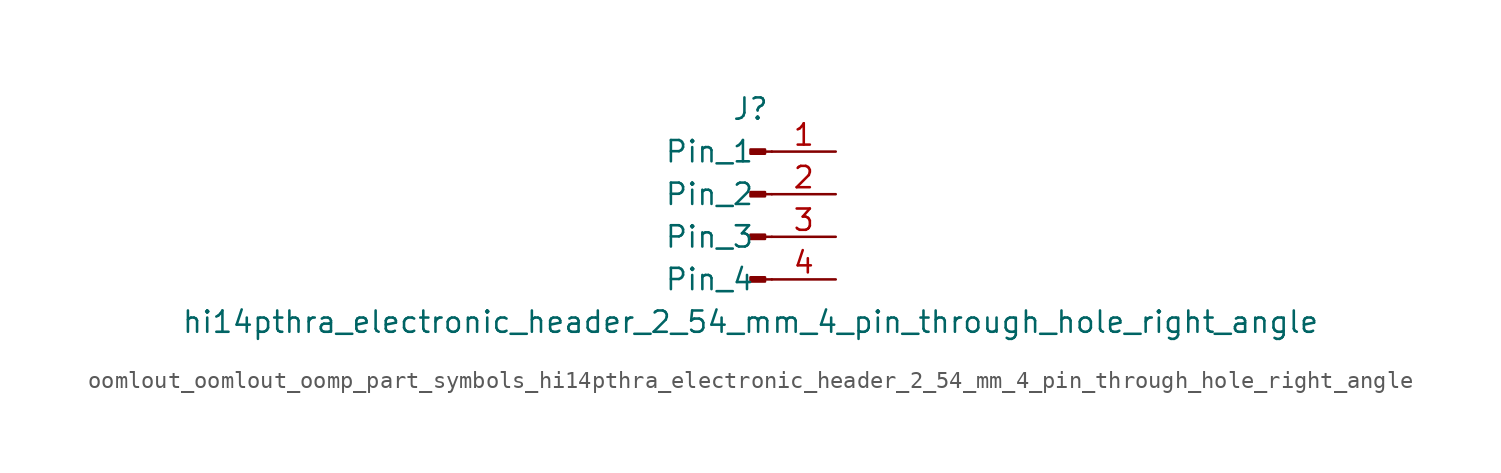
<source format=kicad_sym>
(kicad_symbol_lib
  (version 20220914)
  (generator kicad_symbol_editor)
  (symbol "oomlout_oomlout_oomp_part_symbols_hi14pthra_electronic_header_2_54_mm_4_pin_through_hole_right_angle"
    (pin_names
      (offset 1.016))
    (property "Reference" "J"
      (at 0 5.08 0)
      (effects (font (size 1.27 1.27))))
    (property "Value" "hi14pthra_electronic_header_2_54_mm_4_pin_through_hole_right_angle"
      (at 0 -7.62 0)
      (effects (font (size 1.27 1.27))))
    (property "ki_locked" ""
      (at 0 0 0)
      (effects (font (size 1.27 1.27))))
    (symbol "oomlout_oomlout_oomp_part_symbols_hi14pthra_electronic_header_2_54_mm_4_pin_through_hole_right_angle_1_1"
      (polyline (pts (xy 1.27 -5.08) (xy 0.864 -5.08)) (stroke (width 0.152) (type default)) (fill (type none)))
      (polyline (pts (xy 1.27 -2.54) (xy 0.864 -2.54)) (stroke (width 0.152) (type default)) (fill (type none)))
      (polyline (pts (xy 1.27 0) (xy 0.864 0)) (stroke (width 0.152) (type default)) (fill (type none)))
      (polyline (pts (xy 1.27 2.54) (xy 0.864 2.54)) (stroke (width 0.152) (type default)) (fill (type none)))
      (rectangle (start 0.864 -4.953) (end 0 -5.207) (stroke (width 0.152) (type default)) (fill (type outline)))
      (rectangle (start 0.864 -2.413) (end 0 -2.667) (stroke (width 0.152) (type default)) (fill (type outline)))
      (rectangle (start 0.864 0.127) (end 0 -0.127) (stroke (width 0.152) (type default)) (fill (type outline)))
      (rectangle (start 0.864 2.667) (end 0 2.413) (stroke (width 0.152) (type default)) (fill (type outline)))
      (pin passive line (at 5.08 2.54 180) (length 3.81) (name "Pin_1" (effects (font (size 1.27 1.27)))) (number "1" (effects (font (size 1.27 1.27)))))
      (pin passive line (at 5.08 0 180) (length 3.81) (name "Pin_2" (effects (font (size 1.27 1.27)))) (number "2" (effects (font (size 1.27 1.27)))))
      (pin passive line (at 5.08 -2.54 180) (length 3.81) (name "Pin_3" (effects (font (size 1.27 1.27)))) (number "3" (effects (font (size 1.27 1.27)))))
      (pin passive line (at 5.08 -5.08 180) (length 3.81) (name "Pin_4" (effects (font (size 1.27 1.27)))) (number "4" (effects (font (size 1.27 1.27))))))))
</source>
